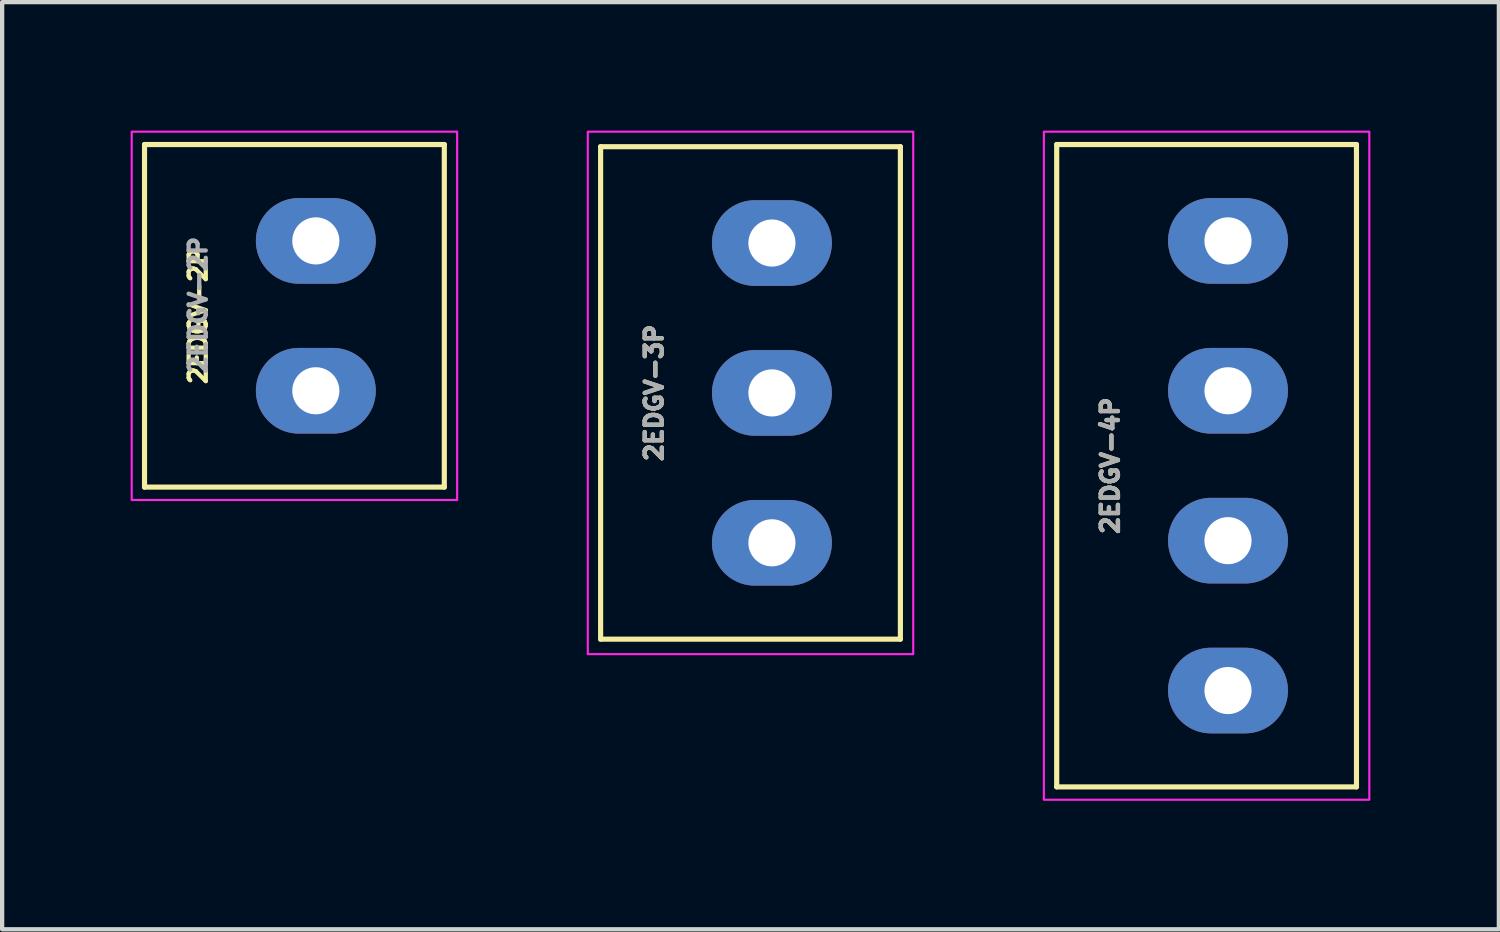
<source format=kicad_pcb>
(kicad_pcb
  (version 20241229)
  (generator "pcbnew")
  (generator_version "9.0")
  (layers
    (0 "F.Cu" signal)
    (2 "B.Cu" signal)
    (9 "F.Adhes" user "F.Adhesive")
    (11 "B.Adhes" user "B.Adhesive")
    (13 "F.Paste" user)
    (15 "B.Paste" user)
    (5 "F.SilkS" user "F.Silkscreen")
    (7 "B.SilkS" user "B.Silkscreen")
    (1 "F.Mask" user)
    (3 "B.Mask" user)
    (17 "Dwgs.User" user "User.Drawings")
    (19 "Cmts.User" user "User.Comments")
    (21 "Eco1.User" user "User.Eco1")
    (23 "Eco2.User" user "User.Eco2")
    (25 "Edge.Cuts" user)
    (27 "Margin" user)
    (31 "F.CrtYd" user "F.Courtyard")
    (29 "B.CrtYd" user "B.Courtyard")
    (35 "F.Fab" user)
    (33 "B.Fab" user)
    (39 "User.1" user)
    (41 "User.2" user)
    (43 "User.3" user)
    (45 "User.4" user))
  (footprint "2EDGV-3P"
    (layer "F.Cu")
    (at 14.975 2.625)
    (property "Reference" "2EDGV-3P" (at -2.75 3.5 90) (unlocked yes) (layer "F.SilkS") (effects (font (size 0.4 0.4) (thickness 0.1))))
    (attr through_hole)
    (fp_line (start -4 9.25) (end -4 -2.25) (stroke (width 0.12) (type default)) (layer "F.SilkS"))
    (fp_line (start 3 -2.25) (end -4 -2.25) (stroke (width 0.12) (type default)) (layer "F.SilkS"))
    (fp_line (start 3 9.25) (end -4 9.25) (stroke (width 0.12) (type default)) (layer "F.SilkS"))
    (fp_line (start 3 9.25) (end 3 -2.25) (stroke (width 0.12) (type default)) (layer "F.SilkS"))
    (fp_rect (start -4.3 -2.6) (end 3.3 9.6) (stroke (width 0.05) (type default)) (fill no) (layer "F.CrtYd"))
    (fp_text user "${REFERENCE}" (at -2.75 3.5 90) (unlocked yes) (layer "F.Fab") (effects (font (size 0.4 0.4) (thickness 0.1))))
    (pad "1" thru_hole oval (at 0 0) (size 2.8 2) (drill 1.1) (layers "*.Cu" "*.Mask"))
    (pad "2" thru_hole oval (at 0 3.5) (size 2.8 2) (drill 1.1) (layers "*.Cu" "*.Mask"))
    (pad "3" thru_hole oval (at 0 7) (size 2.8 2) (drill 1.1) (layers "*.Cu" "*.Mask")))
  (footprint "2EDGV-4P"
    (layer "F.Cu")
    (at 25.625 2.575)
    (property "Reference" "2EDGV-4P" (at -2.75 5.25 90) (unlocked yes) (layer "F.SilkS") (effects (font (size 0.4 0.4) (thickness 0.1))))
    (attr through_hole)
    (fp_line (start -4 12.75) (end -4 -2.25) (stroke (width 0.12) (type default)) (layer "F.SilkS"))
    (fp_line (start 3 -2.25) (end -4 -2.25) (stroke (width 0.12) (type default)) (layer "F.SilkS"))
    (fp_line (start 3 12.75) (end -4 12.75) (stroke (width 0.12) (type default)) (layer "F.SilkS"))
    (fp_line (start 3 12.75) (end 3 -2.25) (stroke (width 0.12) (type default)) (layer "F.SilkS"))
    (fp_rect (start -4.3 -2.55) (end 3.3 13.05) (stroke (width 0.05) (type default)) (fill no) (layer "F.CrtYd"))
    (fp_text user "${REFERENCE}" (at -2.75 5.25 90) (unlocked yes) (layer "F.Fab") (effects (font (size 0.4 0.4) (thickness 0.1))))
    (pad "1" thru_hole oval (at 0 0) (size 2.8 2) (drill 1.1) (layers "*.Cu" "*.Mask"))
    (pad "2" thru_hole oval (at 0 3.5) (size 2.8 2) (drill 1.1) (layers "*.Cu" "*.Mask"))
    (pad "3" thru_hole oval (at 0 7) (size 2.8 2) (drill 1.1) (layers "*.Cu" "*.Mask"))
    (pad "4" thru_hole oval (at 0 10.5) (size 2.8 2) (drill 1.1) (layers "*.Cu" "*.Mask")))
  (footprint "2EDGV-2P"
    (layer "F.Cu")
    (at 4.325 2.575)
    (property "Reference" "2EDGV-2P" (at -2.75 1.75 90) (unlocked yes) (layer "F.SilkS") (effects (font (size 0.4 0.4) (thickness 0.1))))
    (attr through_hole)
    (fp_line (start -4 5.75) (end -4 -2.25) (stroke (width 0.12) (type default)) (layer "F.SilkS"))
    (fp_line (start 3 -2.25) (end -4 -2.25) (stroke (width 0.12) (type default)) (layer "F.SilkS"))
    (fp_line (start 3 -2.25) (end 3 5.75) (stroke (width 0.12) (type default)) (layer "F.SilkS"))
    (fp_line (start 3 5.75) (end -4 5.75) (stroke (width 0.12) (type default)) (layer "F.SilkS"))
    (fp_rect (start -4.3 -2.55) (end 3.3 6.05) (stroke (width 0.05) (type default)) (fill no) (layer "F.CrtYd"))
    (fp_text user "${REFERENCE}" (at -2.75 1.5 90) (unlocked yes) (layer "F.Fab") (effects (font (size 0.4 0.4) (thickness 0.1))))
    (pad "1" thru_hole oval (at 0 0) (size 2.8 2) (drill 1.1) (layers "*.Cu" "*.Mask"))
    (pad "2" thru_hole oval (at 0 3.5) (size 2.8 2) (drill 1.1) (layers "*.Cu" "*.Mask")))
  (gr_rect
    (start -3 -3)
    (end 31.95 18.65)
    (stroke (width 0.1) (type default))
    (fill no)
    (layer "Edge.Cuts")))
</source>
